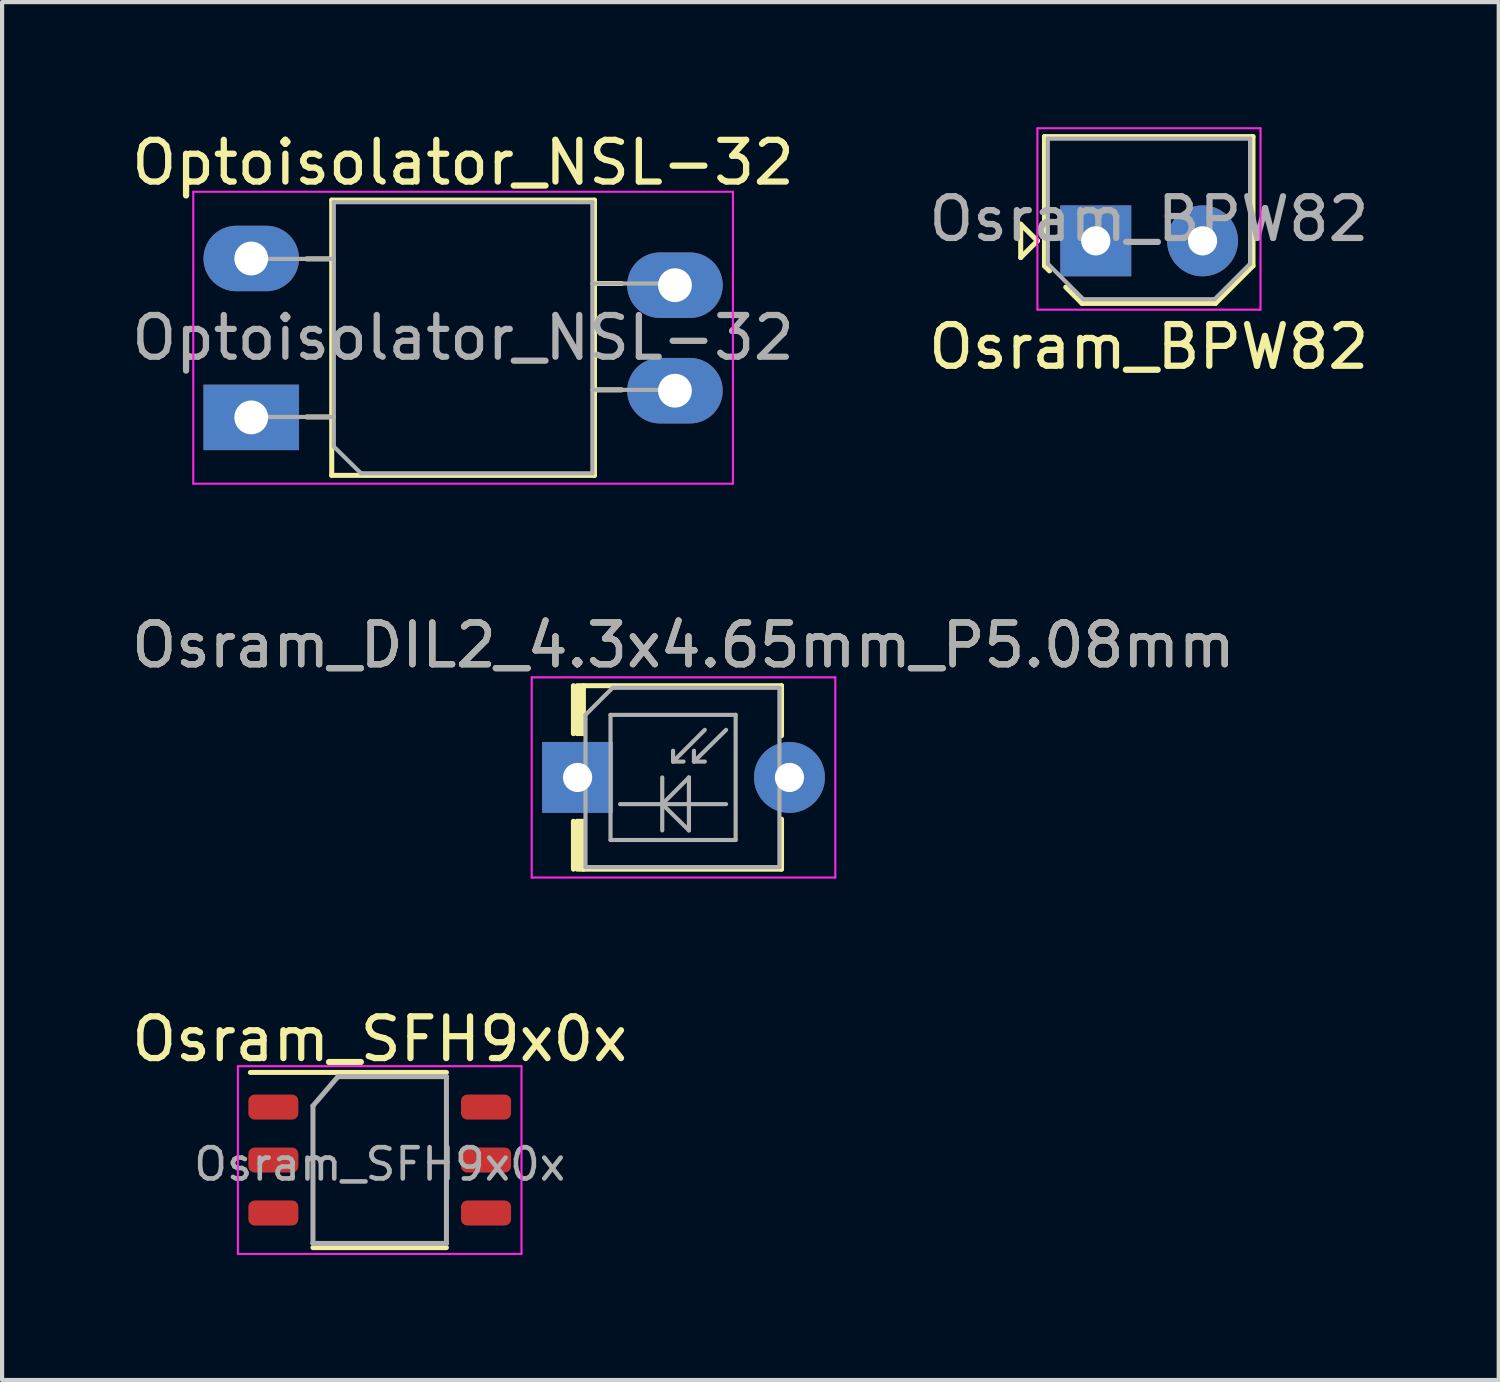
<source format=kicad_pcb>
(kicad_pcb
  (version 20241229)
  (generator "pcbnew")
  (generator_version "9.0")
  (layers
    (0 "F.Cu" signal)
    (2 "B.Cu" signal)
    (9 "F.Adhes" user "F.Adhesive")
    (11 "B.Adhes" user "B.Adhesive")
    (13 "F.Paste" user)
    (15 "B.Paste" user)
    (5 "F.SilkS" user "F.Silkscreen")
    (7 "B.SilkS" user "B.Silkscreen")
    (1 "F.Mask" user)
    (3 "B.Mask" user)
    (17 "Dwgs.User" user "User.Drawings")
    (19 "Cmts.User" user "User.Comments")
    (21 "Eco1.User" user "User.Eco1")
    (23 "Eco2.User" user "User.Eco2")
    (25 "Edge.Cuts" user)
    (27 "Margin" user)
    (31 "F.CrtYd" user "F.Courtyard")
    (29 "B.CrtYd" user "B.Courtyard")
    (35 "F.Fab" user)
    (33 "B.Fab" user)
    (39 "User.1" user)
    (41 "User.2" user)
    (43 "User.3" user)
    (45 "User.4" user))
  (footprint "Osram_BPW82"
    (layer "F.Cu")
    (at 23.224 2.725)
    (property "Reference" "Osram_BPW82" (at 1.27 2.54 0) (layer "F.SilkS") (effects (font (size 1 1) (thickness 0.15))))
    (attr through_hole)
    (fp_line (start -1.8 -0.4) (end -1.8 0.4) (stroke (width 0.12) (type solid)) (layer "F.SilkS"))
    (fp_line (start -1.8 0.4) (end -1.4 0) (stroke (width 0.12) (type solid)) (layer "F.SilkS"))
    (fp_line (start -1.4 0) (end -1.8 -0.4) (stroke (width 0.12) (type solid)) (layer "F.SilkS"))
    (fp_line (start -1.23 -2.5) (end -1.23 0.6) (stroke (width 0.12) (type solid)) (layer "F.SilkS"))
    (fp_line (start -1.23 -2.5) (end 3.77 -2.5) (stroke (width 0.12) (type solid)) (layer "F.SilkS"))
    (fp_line (start -1.23 0.6) (end -1.11 0.72) (stroke (width 0.12) (type solid)) (layer "F.SilkS"))
    (fp_line (start -0.72 1.11) (end -0.33 1.5) (stroke (width 0.12) (type solid)) (layer "F.SilkS"))
    (fp_line (start -0.33 1.5) (end 2.87 1.5) (stroke (width 0.12) (type solid)) (layer "F.SilkS"))
    (fp_line (start 3.77 -2.5) (end 3.77 0.6) (stroke (width 0.12) (type solid)) (layer "F.SilkS"))
    (fp_line (start 3.77 0.6) (end 2.87 1.5) (stroke (width 0.12) (type solid)) (layer "F.SilkS"))
    (fp_line (start -1.4 -2.7) (end -1.4 1.65) (stroke (width 0.05) (type solid)) (layer "F.CrtYd"))
    (fp_line (start -1.4 -2.7) (end 3.95 -2.7) (stroke (width 0.05) (type solid)) (layer "F.CrtYd"))
    (fp_line (start 3.95 1.65) (end -1.4 1.65) (stroke (width 0.05) (type solid)) (layer "F.CrtYd"))
    (fp_line (start 3.95 1.65) (end 3.95 -2.7) (stroke (width 0.05) (type solid)) (layer "F.CrtYd"))
    (fp_line (start -1.15 -2.45) (end 3.7 -2.45) (stroke (width 0.1) (type solid)) (layer "F.Fab"))
    (fp_line (start -1.15 0.55) (end -1.15 -2.45) (stroke (width 0.1) (type solid)) (layer "F.Fab"))
    (fp_line (start -0.3 1.4) (end -1.15 0.55) (stroke (width 0.1) (type solid)) (layer "F.Fab"))
    (fp_line (start 2.85 1.4) (end -0.3 1.4) (stroke (width 0.1) (type solid)) (layer "F.Fab"))
    (fp_line (start 3.7 -2.45) (end 3.7 0.55) (stroke (width 0.1) (type solid)) (layer "F.Fab"))
    (fp_line (start 3.7 0.55) (end 2.85 1.4) (stroke (width 0.1) (type solid)) (layer "F.Fab"))
    (fp_text user "${REFERENCE}" (at 1.275 -0.525 0) (layer "F.Fab") (effects (font (size 1 1) (thickness 0.15))))
    (pad "1" thru_hole rect (at 0 0 180) (size 1.7 1.7) (drill 0.7) (layers "*.Cu" "*.Mask"))
    (pad "2" thru_hole circle (at 2.56 0 180) (size 1.7 1.7) (drill 0.7) (layers "*.Cu" "*.Mask")))
  (footprint "Osram_DIL2_4.3x4.65mm_P5.08mm"
    (layer "F.Cu")
    (at 10.799 15.591)
    (property "Reference" "Osram_DIL2_4.3x4.65mm_P5.08mm" (at 2.54 -3.17 0) (layer "F.SilkS") (effects (font (size 1 1) (thickness 0.15))))
    (attr through_hole)
    (fp_line (start -0.1 -1.05) (end -0.1 -2.2) (stroke (width 0.12) (type solid)) (layer "F.SilkS"))
    (fp_line (start -0.1 1.05) (end -0.1 2.2) (stroke (width 0.12) (type solid)) (layer "F.SilkS"))
    (fp_line (start -0.01 -1.05) (end -0.01 -2.2) (stroke (width 0.12) (type solid)) (layer "F.SilkS"))
    (fp_line (start -0.01 1.05) (end -0.01 2.2) (stroke (width 0.12) (type solid)) (layer "F.SilkS"))
    (fp_line (start 0.04 -2.2) (end 0.04 -1.05) (stroke (width 0.12) (type solid)) (layer "F.SilkS"))
    (fp_line (start 0.04 2.2) (end 0.04 1.05) (stroke (width 0.12) (type solid)) (layer "F.SilkS"))
    (fp_line (start 0.09 -2.2) (end 0.09 -1.05) (stroke (width 0.12) (type solid)) (layer "F.SilkS"))
    (fp_line (start 0.09 1.05) (end 0.09 2.2) (stroke (width 0.12) (type solid)) (layer "F.SilkS"))
    (fp_line (start 0.14 -2.2) (end 4.89 -2.2) (stroke (width 0.12) (type solid)) (layer "F.SilkS"))
    (fp_line (start 0.14 -1.05) (end 0.14 -2.2) (stroke (width 0.12) (type solid)) (layer "F.SilkS"))
    (fp_line (start 0.14 2.2) (end 0.14 1.05) (stroke (width 0.12) (type solid)) (layer "F.SilkS"))
    (fp_line (start 4.89 -2.2) (end 4.89 -1) (stroke (width 0.12) (type solid)) (layer "F.SilkS"))
    (fp_line (start 4.89 1) (end 4.89 2.2) (stroke (width 0.12) (type solid)) (layer "F.SilkS"))
    (fp_line (start 4.89 2.2) (end 0.14 2.2) (stroke (width 0.12) (type solid)) (layer "F.SilkS"))
    (fp_line (start -1.1 -2.4) (end -1.1 2.4) (stroke (width 0.05) (type solid)) (layer "F.CrtYd"))
    (fp_line (start -1.1 -2.4) (end 6.18 -2.4) (stroke (width 0.05) (type solid)) (layer "F.CrtYd"))
    (fp_line (start 6.18 2.4) (end -1.1 2.4) (stroke (width 0.05) (type solid)) (layer "F.CrtYd"))
    (fp_line (start 6.18 2.4) (end 6.18 -2.4) (stroke (width 0.05) (type solid)) (layer "F.CrtYd"))
    (fp_line (start 0.19 -1.5) (end 0.84 -2.15) (stroke (width 0.1) (type solid)) (layer "F.Fab"))
    (fp_line (start 0.19 2.15) (end 0.19 -1.5) (stroke (width 0.1) (type solid)) (layer "F.Fab"))
    (fp_line (start 0.79 -1.5) (end 0.79 1.5) (stroke (width 0.1) (type solid)) (layer "F.Fab"))
    (fp_line (start 0.79 1.5) (end 3.79 1.5) (stroke (width 0.1) (type solid)) (layer "F.Fab"))
    (fp_line (start 0.84 -2.15) (end 4.84 -2.15) (stroke (width 0.1) (type solid)) (layer "F.Fab"))
    (fp_line (start 1.02 0.64) (end 3.56 0.64) (stroke (width 0.1) (type solid)) (layer "F.Fab"))
    (fp_line (start 2.03 0) (end 2.03 1.27) (stroke (width 0.1) (type solid)) (layer "F.Fab"))
    (fp_line (start 2.03 0.64) (end 2.67 0) (stroke (width 0.1) (type solid)) (layer "F.Fab"))
    (fp_line (start 2.29 -0.38) (end 2.29 -0.64) (stroke (width 0.1) (type solid)) (layer "F.Fab"))
    (fp_line (start 2.29 -0.38) (end 2.54 -0.38) (stroke (width 0.1) (type solid)) (layer "F.Fab"))
    (fp_line (start 2.67 0) (end 2.67 1.27) (stroke (width 0.1) (type solid)) (layer "F.Fab"))
    (fp_line (start 2.67 1.27) (end 2.03 0.64) (stroke (width 0.1) (type solid)) (layer "F.Fab"))
    (fp_line (start 2.79 -0.38) (end 2.79 -0.64) (stroke (width 0.1) (type solid)) (layer "F.Fab"))
    (fp_line (start 2.79 -0.38) (end 3.05 -0.38) (stroke (width 0.1) (type solid)) (layer "F.Fab"))
    (fp_line (start 3.05 -1.14) (end 2.29 -0.38) (stroke (width 0.1) (type solid)) (layer "F.Fab"))
    (fp_line (start 3.56 -1.14) (end 2.79 -0.38) (stroke (width 0.1) (type solid)) (layer "F.Fab"))
    (fp_line (start 3.79 -1.5) (end 0.79 -1.5) (stroke (width 0.1) (type solid)) (layer "F.Fab"))
    (fp_line (start 3.79 1.5) (end 3.79 -1.5) (stroke (width 0.1) (type solid)) (layer "F.Fab"))
    (fp_line (start 4.84 -2.15) (end 4.84 2.15) (stroke (width 0.1) (type solid)) (layer "F.Fab"))
    (fp_line (start 4.84 2.15) (end 0.19 2.15) (stroke (width 0.1) (type solid)) (layer "F.Fab"))
    (fp_text user "${REFERENCE}" (at 2.54 -3.17 0) (layer "F.Fab") (effects (font (size 1 1) (thickness 0.15))))
    (pad "1" thru_hole rect (at 0 0 180) (size 1.7 1.7) (drill 0.7) (layers "*.Cu" "*.Mask"))
    (pad "2" thru_hole circle (at 5.08 0 180) (size 1.7 1.7) (drill 0.7) (layers "*.Cu" "*.Mask")))
  (footprint "Osram_SFH9x0x"
    (layer "F.Cu")
    (at 6.054 24.765)
    (property "Reference" "Osram_SFH9x0x" (at 0 -2.9 0) (layer "F.SilkS") (effects (font (size 1 1) (thickness 0.15))))
    (attr smd)
    (fp_line (start -1.6 2.1) (end 1.6 2.1) (stroke (width 0.12) (type solid)) (layer "F.SilkS"))
    (fp_line (start 1.6 -2.1) (end -3.1 -2.1) (stroke (width 0.12) (type solid)) (layer "F.SilkS"))
    (fp_line (start -3.4 -2.25) (end -3.4 2.25) (stroke (width 0.05) (type solid)) (layer "F.CrtYd"))
    (fp_line (start -3.4 -2.25) (end 3.4 -2.25) (stroke (width 0.05) (type solid)) (layer "F.CrtYd"))
    (fp_line (start 3.4 2.25) (end -3.4 2.25) (stroke (width 0.05) (type solid)) (layer "F.CrtYd"))
    (fp_line (start 3.4 2.25) (end 3.4 -2.25) (stroke (width 0.05) (type solid)) (layer "F.CrtYd"))
    (fp_line (start -1.6 -1.3) (end -1.6 2) (stroke (width 0.12) (type solid)) (layer "F.Fab"))
    (fp_line (start -1.6 2) (end 1.6 2) (stroke (width 0.12) (type solid)) (layer "F.Fab"))
    (fp_line (start -1 -2) (end -1.6 -1.3) (stroke (width 0.12) (type solid)) (layer "F.Fab"))
    (fp_line (start 1.6 -2) (end -1 -2) (stroke (width 0.12) (type solid)) (layer "F.Fab"))
    (fp_line (start 1.6 2) (end 1.6 -2) (stroke (width 0.12) (type solid)) (layer "F.Fab"))
    (fp_text user "${REFERENCE}" (at 0 0.1 0) (layer "F.Fab") (effects (font (size 0.75 0.75) (thickness 0.11))))
    (pad "1" smd roundrect (at -2.55 -1.27) (size 1.2 0.6) (layers "F.Cu" "F.Mask" "F.Paste") (roundrect_rratio 0.25))
    (pad "2" smd roundrect (at -2.55 0) (size 1.2 0.6) (layers "F.Cu" "F.Mask" "F.Paste") (roundrect_rratio 0.25))
    (pad "3" smd roundrect (at -2.55 1.27) (size 1.2 0.6) (layers "F.Cu" "F.Mask" "F.Paste") (roundrect_rratio 0.25))
    (pad "4" smd roundrect (at 2.55 1.27) (size 1.2 0.6) (layers "F.Cu" "F.Mask" "F.Paste") (roundrect_rratio 0.25))
    (pad "5" smd roundrect (at 2.55 0) (size 1.2 0.6) (layers "F.Cu" "F.Mask" "F.Paste") (roundrect_rratio 0.25))
    (pad "6" smd roundrect (at 2.55 -1.27) (size 1.2 0.6) (layers "F.Cu" "F.Mask" "F.Paste") (roundrect_rratio 0.25)))
  (footprint "Optoisolator_NSL-32"
    (layer "F.Cu")
    (at 2.974 6.958)
    (property "Reference" "Optoisolator_NSL-32" (at 5.08 -6.11 180) (layer "F.SilkS") (effects (font (size 1 1) (thickness 0.15))))
    (attr through_hole)
    (fp_line (start 1.33 -3.8) (end 1.93 -3.8) (stroke (width 0.12) (type solid)) (layer "F.SilkS"))
    (fp_line (start 1.93 -5.21) (end 8.23 -5.21) (stroke (width 0.12) (type solid)) (layer "F.SilkS"))
    (fp_line (start 1.93 -0.01) (end 1.33 -0.01) (stroke (width 0.12) (type solid)) (layer "F.SilkS"))
    (fp_line (start 1.93 1.39) (end 1.93 -5.21) (stroke (width 0.12) (type solid)) (layer "F.SilkS"))
    (fp_line (start 8.23 -5.21) (end 8.23 1.39) (stroke (width 0.12) (type solid)) (layer "F.SilkS"))
    (fp_line (start 8.23 -3.21) (end 8.88 -3.21) (stroke (width 0.12) (type solid)) (layer "F.SilkS"))
    (fp_line (start 8.23 1.39) (end 1.93 1.39) (stroke (width 0.12) (type solid)) (layer "F.SilkS"))
    (fp_line (start 8.88 -0.66) (end 8.23 -0.66) (stroke (width 0.12) (type solid)) (layer "F.SilkS"))
    (fp_line (start -1.39 -5.41) (end -1.39 1.59) (stroke (width 0.05) (type solid)) (layer "F.CrtYd"))
    (fp_line (start -1.39 -5.41) (end 11.55 -5.41) (stroke (width 0.05) (type solid)) (layer "F.CrtYd"))
    (fp_line (start 11.55 1.59) (end -1.39 1.59) (stroke (width 0.05) (type solid)) (layer "F.CrtYd"))
    (fp_line (start 11.55 1.59) (end 11.55 -5.41) (stroke (width 0.05) (type solid)) (layer "F.CrtYd"))
    (fp_line (start -0.02 -0.01) (end 1.98 -0.01) (stroke (width 0.1) (type solid)) (layer "F.Fab"))
    (fp_line (start 0.03 -3.8) (end 1.98 -3.8) (stroke (width 0.1) (type solid)) (layer "F.Fab"))
    (fp_line (start 1.98 -5.16) (end 8.18 -5.16) (stroke (width 0.1) (type solid)) (layer "F.Fab"))
    (fp_line (start 1.98 0.7) (end 1.98 -5.16) (stroke (width 0.1) (type solid)) (layer "F.Fab"))
    (fp_line (start 2.63 1.34) (end 1.98 0.7) (stroke (width 0.1) (type solid)) (layer "F.Fab"))
    (fp_line (start 8.18 -5.16) (end 8.18 1.34) (stroke (width 0.1) (type solid)) (layer "F.Fab"))
    (fp_line (start 8.18 -0.66) (end 10.18 -0.66) (stroke (width 0.1) (type solid)) (layer "F.Fab"))
    (fp_line (start 8.18 1.34) (end 2.63 1.34) (stroke (width 0.1) (type solid)) (layer "F.Fab"))
    (fp_line (start 10.18 -3.21) (end 8.18 -3.21) (stroke (width 0.1) (type solid)) (layer "F.Fab"))
    (fp_text user "${REFERENCE}" (at 5.08 -1.91 0) (layer "F.Fab") (effects (font (size 1 1) (thickness 0.15))))
    (pad "1" thru_hole rect (at 0 0) (size 2.29 1.57) (drill 0.81) (layers "*.Cu" "*.Mask"))
    (pad "2" thru_hole oval (at 0 -3.81) (size 2.29 1.57) (drill 0.81) (layers "*.Cu" "*.Mask"))
    (pad "3" thru_hole oval (at 10.16 -3.17) (size 2.29 1.57) (drill 0.81) (layers "*.Cu" "*.Mask"))
    (pad "4" thru_hole oval (at 10.16 -0.64) (size 2.29 1.57) (drill 0.81) (layers "*.Cu" "*.Mask")))
  (gr_rect
    (start -3 -3)
    (end 32.886 30.04)
    (stroke (width 0.1) (type default))
    (fill no)
    (layer "Edge.Cuts")))
</source>
